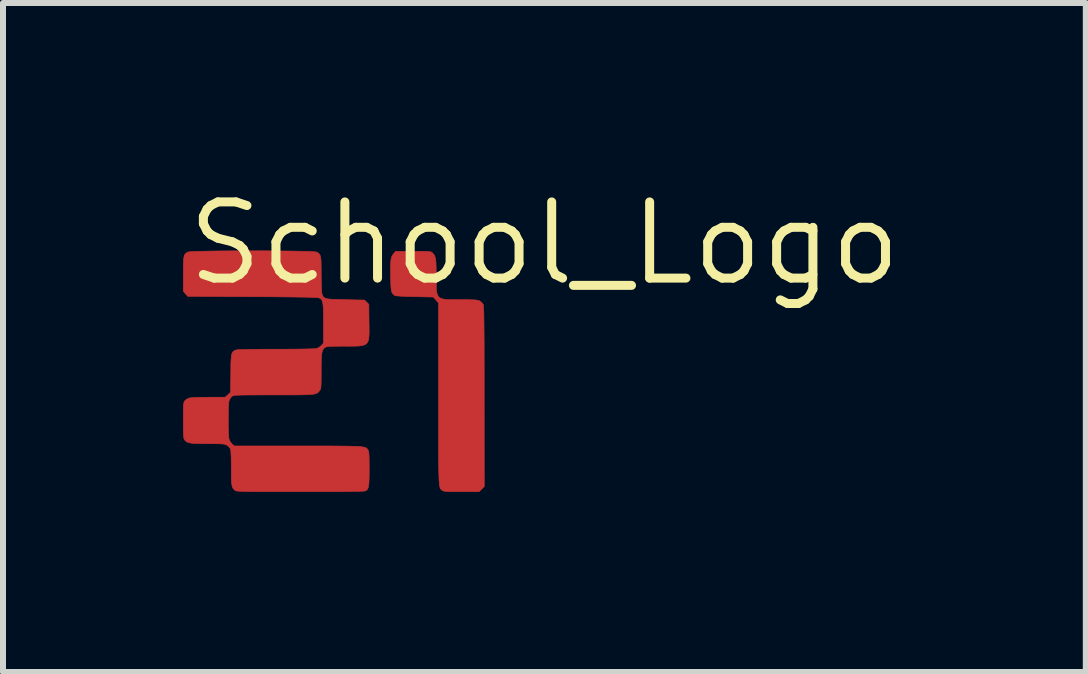
<source format=kicad_pcb>
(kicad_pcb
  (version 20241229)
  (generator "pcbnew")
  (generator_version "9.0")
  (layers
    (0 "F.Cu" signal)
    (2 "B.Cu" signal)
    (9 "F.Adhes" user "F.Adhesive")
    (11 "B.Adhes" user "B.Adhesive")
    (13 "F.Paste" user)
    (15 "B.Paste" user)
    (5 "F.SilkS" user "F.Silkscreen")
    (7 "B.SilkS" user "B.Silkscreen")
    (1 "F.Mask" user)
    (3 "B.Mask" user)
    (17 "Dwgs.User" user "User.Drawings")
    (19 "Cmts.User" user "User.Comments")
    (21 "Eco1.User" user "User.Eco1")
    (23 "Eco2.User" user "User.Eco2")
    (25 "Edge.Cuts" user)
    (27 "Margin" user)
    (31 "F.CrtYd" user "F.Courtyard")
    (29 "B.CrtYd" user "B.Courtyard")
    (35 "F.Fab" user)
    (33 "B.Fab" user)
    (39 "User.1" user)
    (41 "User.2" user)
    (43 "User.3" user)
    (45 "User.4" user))
  (footprint "School_Logo"
    (layer "F.Cu")
    (at 6.025 1.006)
    (property "Reference" "School_Logo" (at 0 0 0) (layer "F.SilkS") (effects (font (size 1.27 1.27) (thickness 0.15))))
    (attr through_hole)
    (fp_poly (pts (xy -2.093 0.133) (xy -2.022 0.134) (xy -1.969 0.135) (xy -1.931 0.137) (xy -1.906 0.14) (xy -1.888 0.145) (xy -1.876 0.152) (xy -1.865 0.161) (xy -1.862 0.164) (xy -1.844 0.184) (xy -1.83 0.207) (xy -1.82 0.238) (xy -1.812 0.279) (xy -1.807 0.334) (xy -1.805 0.406) (xy -1.804 0.498) (xy -1.803 0.556) (xy -1.803 0.662) (xy -1.802 0.746) (xy -1.796 0.811) (xy -1.783 0.86) (xy -1.761 0.895) (xy -1.727 0.917) (xy -1.678 0.931) (xy -1.613 0.938) (xy -1.527 0.94) (xy -1.42 0.94) (xy -1.394 0.94) (xy -1.301 0.94) (xy -1.23 0.941) (xy -1.178 0.942) (xy -1.14 0.945) (xy -1.113 0.949) (xy -1.094 0.954) (xy -1.079 0.961) (xy -1.074 0.965) (xy -1.043 0.99) (xy -1.021 1.018) (xy -1.02 1.018) (xy -1.018 1.028) (xy -1.016 1.046) (xy -1.014 1.075) (xy -1.012 1.116) (xy -1.01 1.17) (xy -1.009 1.238) (xy -1.008 1.322) (xy -1.007 1.422) (xy -1.006 1.54) (xy -1.005 1.676) (xy -1.005 1.833) (xy -1.004 2.011) (xy -1.004 2.211) (xy -1.004 2.435) (xy -1.004 2.551) (xy -1.003 4.054) (xy -1.09 4.14) (xy -1.38 4.14) (xy -1.476 4.14) (xy -1.55 4.139) (xy -1.604 4.138) (xy -1.644 4.135) (xy -1.671 4.131) (xy -1.689 4.126) (xy -1.7 4.119) (xy -1.71 4.113) (xy -1.719 4.107) (xy -1.726 4.099) (xy -1.733 4.089) (xy -1.739 4.076) (xy -1.744 4.057) (xy -1.749 4.032) (xy -1.752 3.998) (xy -1.756 3.956) (xy -1.758 3.903) (xy -1.76 3.838) (xy -1.762 3.759) (xy -1.763 3.667) (xy -1.764 3.558) (xy -1.765 3.431) (xy -1.765 3.286) (xy -1.765 3.121) (xy -1.765 2.935) (xy -1.765 2.726) (xy -1.765 2.504) (xy -1.765 0.995) (xy -1.808 0.945) (xy -1.851 0.895) (xy -2.161 0.889) (xy -2.248 0.887) (xy -2.327 0.884) (xy -2.395 0.881) (xy -2.448 0.877) (xy -2.481 0.874) (xy -2.492 0.872) (xy -2.514 0.854) (xy -2.536 0.828) (xy -2.544 0.812) (xy -2.551 0.791) (xy -2.555 0.761) (xy -2.559 0.717) (xy -2.561 0.656) (xy -2.563 0.575) (xy -2.563 0.561) (xy -2.565 0.458) (xy -2.565 0.378) (xy -2.562 0.316) (xy -2.557 0.269) (xy -2.549 0.233) (xy -2.538 0.206) (xy -2.522 0.183) (xy -2.515 0.174) (xy -2.479 0.133) (xy -2.186 0.133) (xy -2.093 0.133)) (stroke (width 0.01) (type solid)) (fill yes) (layer "F.Cu"))
    (fp_poly (pts (xy -4.699 0.125) (xy -4.558 0.126) (xy -4.422 0.127) (xy -4.293 0.128) (xy -4.174 0.13) (xy -4.067 0.132) (xy -3.974 0.134) (xy -3.899 0.137) (xy -3.842 0.14) (xy -3.807 0.144) (xy -3.797 0.146) (xy -3.774 0.159) (xy -3.756 0.173) (xy -3.743 0.191) (xy -3.733 0.217) (xy -3.727 0.253) (xy -3.723 0.304) (xy -3.722 0.372) (xy -3.721 0.46) (xy -3.721 0.508) (xy -3.72 0.595) (xy -3.719 0.676) (xy -3.716 0.746) (xy -3.713 0.8) (xy -3.709 0.835) (xy -3.708 0.841) (xy -3.699 0.868) (xy -3.689 0.888) (xy -3.673 0.904) (xy -3.649 0.916) (xy -3.614 0.925) (xy -3.565 0.931) (xy -3.499 0.935) (xy -3.414 0.938) (xy -3.312 0.94) (xy -2.998 0.946) (xy -2.963 0.981) (xy -2.927 1.017) (xy -2.924 1.308) (xy -2.922 1.419) (xy -2.922 1.507) (xy -2.927 1.576) (xy -2.938 1.628) (xy -2.959 1.665) (xy -2.992 1.69) (xy -3.039 1.704) (xy -3.103 1.712) (xy -3.186 1.714) (xy -3.291 1.715) (xy -3.337 1.714) (xy -3.432 1.715) (xy -3.506 1.716) (xy -3.561 1.717) (xy -3.6 1.72) (xy -3.627 1.724) (xy -3.645 1.729) (xy -3.656 1.735) (xy -3.676 1.751) (xy -3.691 1.77) (xy -3.702 1.796) (xy -3.71 1.832) (xy -3.716 1.881) (xy -3.719 1.945) (xy -3.721 2.029) (xy -3.721 2.131) (xy -3.721 2.225) (xy -3.722 2.297) (xy -3.723 2.35) (xy -3.725 2.388) (xy -3.729 2.414) (xy -3.734 2.432) (xy -3.74 2.446) (xy -3.749 2.457) (xy -3.761 2.472) (xy -3.773 2.485) (xy -3.787 2.495) (xy -3.806 2.504) (xy -3.832 2.511) (xy -3.866 2.516) (xy -3.91 2.52) (xy -3.968 2.523) (xy -4.04 2.525) (xy -4.129 2.526) (xy -4.238 2.527) (xy -4.367 2.527) (xy -4.519 2.527) (xy -4.665 2.527) (xy -4.788 2.527) (xy -4.89 2.528) (xy -4.973 2.528) (xy -5.039 2.529) (xy -5.09 2.531) (xy -5.129 2.532) (xy -5.158 2.535) (xy -5.178 2.538) (xy -5.192 2.542) (xy -5.202 2.546) (xy -5.21 2.552) (xy -5.211 2.553) (xy -5.237 2.583) (xy -5.256 2.622) (xy -5.257 2.626) (xy -5.262 2.656) (xy -5.265 2.706) (xy -5.268 2.771) (xy -5.269 2.848) (xy -5.27 2.93) (xy -5.27 3.013) (xy -5.269 3.092) (xy -5.266 3.163) (xy -5.263 3.219) (xy -5.259 3.257) (xy -5.257 3.266) (xy -5.238 3.307) (xy -5.209 3.343) (xy -5.206 3.346) (xy -5.167 3.378) (xy -4.107 3.378) (xy -3.913 3.378) (xy -3.743 3.378) (xy -3.595 3.378) (xy -3.467 3.379) (xy -3.358 3.38) (xy -3.267 3.381) (xy -3.191 3.383) (xy -3.129 3.385) (xy -3.08 3.388) (xy -3.041 3.392) (xy -3.012 3.397) (xy -2.99 3.402) (xy -2.974 3.409) (xy -2.963 3.417) (xy -2.954 3.426) (xy -2.946 3.437) (xy -2.942 3.443) (xy -2.935 3.456) (xy -2.93 3.475) (xy -2.926 3.504) (xy -2.923 3.545) (xy -2.922 3.603) (xy -2.921 3.679) (xy -2.921 3.756) (xy -2.921 3.859) (xy -2.923 3.94) (xy -2.926 4.001) (xy -2.932 4.046) (xy -2.94 4.079) (xy -2.952 4.101) (xy -2.968 4.117) (xy -2.984 4.127) (xy -3.002 4.13) (xy -3.045 4.132) (xy -3.114 4.134) (xy -3.207 4.136) (xy -3.326 4.138) (xy -3.47 4.139) (xy -3.638 4.14) (xy -3.831 4.14) (xy -4.049 4.14) (xy -4.067 4.14) (xy -4.257 4.14) (xy -4.424 4.14) (xy -4.568 4.14) (xy -4.692 4.139) (xy -4.797 4.139) (xy -4.885 4.138) (xy -4.957 4.137) (xy -5.014 4.135) (xy -5.059 4.134) (xy -5.094 4.132) (xy -5.119 4.129) (xy -5.136 4.127) (xy -5.147 4.124) (xy -5.153 4.12) (xy -5.174 4.105) (xy -5.189 4.086) (xy -5.201 4.063) (xy -5.209 4.031) (xy -5.215 3.986) (xy -5.218 3.927) (xy -5.219 3.848) (xy -5.22 3.748) (xy -5.22 3.741) (xy -5.22 3.644) (xy -5.222 3.561) (xy -5.225 3.495) (xy -5.229 3.449) (xy -5.233 3.426) (xy -5.233 3.426) (xy -5.252 3.4) (xy -5.283 3.372) (xy -5.288 3.368) (xy -5.303 3.359) (xy -5.318 3.352) (xy -5.339 3.347) (xy -5.368 3.344) (xy -5.408 3.342) (xy -5.465 3.34) (xy -5.54 3.34) (xy -5.601 3.34) (xy -5.707 3.339) (xy -5.791 3.337) (xy -5.856 3.334) (xy -5.904 3.328) (xy -5.94 3.319) (xy -5.966 3.306) (xy -5.986 3.29) (xy -5.994 3.281) (xy -6.002 3.269) (xy -6.008 3.255) (xy -6.013 3.235) (xy -6.016 3.206) (xy -6.018 3.165) (xy -6.019 3.108) (xy -6.02 3.032) (xy -6.02 2.953) (xy -6.02 2.858) (xy -6.019 2.786) (xy -6.018 2.732) (xy -6.016 2.693) (xy -6.012 2.666) (xy -6.007 2.648) (xy -6.001 2.634) (xy -5.994 2.625) (xy -5.964 2.599) (xy -5.925 2.58) (xy -5.921 2.579) (xy -5.894 2.575) (xy -5.847 2.571) (xy -5.783 2.568) (xy -5.707 2.567) (xy -5.624 2.566) (xy -5.597 2.565) (xy -5.321 2.565) (xy -5.276 2.524) (xy -5.231 2.483) (xy -5.228 2.172) (xy -5.227 2.067) (xy -5.226 1.984) (xy -5.222 1.921) (xy -5.217 1.874) (xy -5.21 1.84) (xy -5.199 1.817) (xy -5.184 1.8) (xy -5.165 1.788) (xy -5.149 1.78) (xy -5.132 1.776) (xy -5.097 1.773) (xy -5.044 1.771) (xy -4.971 1.769) (xy -4.877 1.767) (xy -4.761 1.766) (xy -4.621 1.765) (xy -4.479 1.765) (xy -4.326 1.765) (xy -4.189 1.764) (xy -4.071 1.763) (xy -3.971 1.761) (xy -3.892 1.759) (xy -3.835 1.756) (xy -3.801 1.753) (xy -3.795 1.752) (xy -3.755 1.733) (xy -3.719 1.704) (xy -3.716 1.7) (xy -3.683 1.662) (xy -3.683 1.332) (xy -3.683 1.223) (xy -3.684 1.136) (xy -3.687 1.068) (xy -3.691 1.017) (xy -3.698 0.98) (xy -3.707 0.954) (xy -3.719 0.935) (xy -3.735 0.921) (xy -3.75 0.912) (xy -3.76 0.909) (xy -3.781 0.906) (xy -3.814 0.903) (xy -3.86 0.901) (xy -3.921 0.899) (xy -3.998 0.897) (xy -4.092 0.896) (xy -4.205 0.894) (xy -4.338 0.893) (xy -4.493 0.891) (xy -4.67 0.89) (xy -4.862 0.889) (xy -5.946 0.883) (xy -5.983 0.841) (xy -6.02 0.8) (xy -6.02 0.514) (xy -6.02 0.414) (xy -6.018 0.336) (xy -6.015 0.276) (xy -6.01 0.233) (xy -6.002 0.202) (xy -5.99 0.18) (xy -5.973 0.164) (xy -5.952 0.15) (xy -5.942 0.145) (xy -5.923 0.142) (xy -5.88 0.138) (xy -5.816 0.135) (xy -5.734 0.133) (xy -5.636 0.131) (xy -5.525 0.129) (xy -5.402 0.127) (xy -5.27 0.126) (xy -5.131 0.125) (xy -4.988 0.125) (xy -4.844 0.125) (xy -4.699 0.125)) (stroke (width 0.01) (type solid)) (fill yes) (layer "F.Cu"))
    (fp_poly (pts (xy -2.093 0.133) (xy -2.022 0.134) (xy -1.969 0.135) (xy -1.931 0.137) (xy -1.906 0.14) (xy -1.888 0.145) (xy -1.876 0.152) (xy -1.865 0.161) (xy -1.862 0.164) (xy -1.844 0.184) (xy -1.83 0.207) (xy -1.82 0.238) (xy -1.812 0.279) (xy -1.807 0.334) (xy -1.805 0.406) (xy -1.804 0.498) (xy -1.803 0.556) (xy -1.803 0.662) (xy -1.802 0.746) (xy -1.796 0.811) (xy -1.783 0.86) (xy -1.761 0.895) (xy -1.727 0.917) (xy -1.678 0.931) (xy -1.613 0.938) (xy -1.527 0.94) (xy -1.42 0.94) (xy -1.394 0.94) (xy -1.301 0.94) (xy -1.23 0.941) (xy -1.178 0.942) (xy -1.14 0.945) (xy -1.113 0.949) (xy -1.094 0.954) (xy -1.079 0.961) (xy -1.074 0.965) (xy -1.043 0.99) (xy -1.021 1.018) (xy -1.02 1.018) (xy -1.018 1.028) (xy -1.016 1.046) (xy -1.014 1.075) (xy -1.012 1.116) (xy -1.01 1.17) (xy -1.009 1.238) (xy -1.008 1.322) (xy -1.007 1.422) (xy -1.006 1.54) (xy -1.005 1.676) (xy -1.005 1.833) (xy -1.004 2.011) (xy -1.004 2.211) (xy -1.004 2.435) (xy -1.004 2.551) (xy -1.003 4.054) (xy -1.09 4.14) (xy -1.38 4.14) (xy -1.476 4.14) (xy -1.55 4.139) (xy -1.604 4.138) (xy -1.644 4.135) (xy -1.671 4.131) (xy -1.689 4.126) (xy -1.7 4.119) (xy -1.71 4.113) (xy -1.719 4.107) (xy -1.726 4.099) (xy -1.733 4.089) (xy -1.739 4.076) (xy -1.744 4.057) (xy -1.749 4.032) (xy -1.752 3.998) (xy -1.756 3.956) (xy -1.758 3.903) (xy -1.76 3.838) (xy -1.762 3.759) (xy -1.763 3.667) (xy -1.764 3.558) (xy -1.765 3.431) (xy -1.765 3.286) (xy -1.765 3.121) (xy -1.765 2.935) (xy -1.765 2.726) (xy -1.765 2.504) (xy -1.765 0.995) (xy -1.808 0.945) (xy -1.851 0.895) (xy -2.161 0.889) (xy -2.248 0.887) (xy -2.327 0.884) (xy -2.395 0.881) (xy -2.448 0.877) (xy -2.481 0.874) (xy -2.492 0.872) (xy -2.514 0.854) (xy -2.536 0.828) (xy -2.544 0.812) (xy -2.551 0.791) (xy -2.555 0.761) (xy -2.559 0.717) (xy -2.561 0.656) (xy -2.563 0.575) (xy -2.563 0.561) (xy -2.565 0.458) (xy -2.565 0.378) (xy -2.562 0.316) (xy -2.557 0.269) (xy -2.549 0.233) (xy -2.538 0.206) (xy -2.522 0.183) (xy -2.515 0.174) (xy -2.479 0.133) (xy -2.186 0.133) (xy -2.093 0.133)) (stroke (width 0.01) (type solid)) (fill yes) (layer "F.Mask"))
    (fp_poly (pts (xy -4.699 0.125) (xy -4.558 0.126) (xy -4.422 0.127) (xy -4.293 0.128) (xy -4.174 0.13) (xy -4.067 0.132) (xy -3.974 0.134) (xy -3.899 0.137) (xy -3.842 0.14) (xy -3.807 0.144) (xy -3.797 0.146) (xy -3.774 0.159) (xy -3.756 0.173) (xy -3.743 0.191) (xy -3.733 0.217) (xy -3.727 0.253) (xy -3.723 0.304) (xy -3.722 0.372) (xy -3.721 0.46) (xy -3.721 0.508) (xy -3.72 0.595) (xy -3.719 0.676) (xy -3.716 0.746) (xy -3.713 0.8) (xy -3.709 0.835) (xy -3.708 0.841) (xy -3.699 0.868) (xy -3.689 0.888) (xy -3.673 0.904) (xy -3.649 0.916) (xy -3.614 0.925) (xy -3.565 0.931) (xy -3.499 0.935) (xy -3.414 0.938) (xy -3.312 0.94) (xy -2.998 0.946) (xy -2.963 0.981) (xy -2.927 1.017) (xy -2.924 1.308) (xy -2.922 1.419) (xy -2.922 1.507) (xy -2.927 1.576) (xy -2.938 1.628) (xy -2.959 1.665) (xy -2.992 1.69) (xy -3.039 1.704) (xy -3.103 1.712) (xy -3.186 1.714) (xy -3.291 1.715) (xy -3.337 1.714) (xy -3.432 1.715) (xy -3.506 1.716) (xy -3.561 1.717) (xy -3.6 1.72) (xy -3.627 1.724) (xy -3.645 1.729) (xy -3.656 1.735) (xy -3.676 1.751) (xy -3.691 1.77) (xy -3.702 1.796) (xy -3.71 1.832) (xy -3.716 1.881) (xy -3.719 1.945) (xy -3.721 2.029) (xy -3.721 2.131) (xy -3.721 2.225) (xy -3.722 2.297) (xy -3.723 2.35) (xy -3.725 2.388) (xy -3.729 2.414) (xy -3.734 2.432) (xy -3.74 2.446) (xy -3.749 2.457) (xy -3.761 2.472) (xy -3.773 2.485) (xy -3.787 2.495) (xy -3.806 2.504) (xy -3.832 2.511) (xy -3.866 2.516) (xy -3.91 2.52) (xy -3.968 2.523) (xy -4.04 2.525) (xy -4.129 2.526) (xy -4.238 2.527) (xy -4.367 2.527) (xy -4.519 2.527) (xy -4.665 2.527) (xy -4.788 2.527) (xy -4.89 2.528) (xy -4.973 2.528) (xy -5.039 2.529) (xy -5.09 2.531) (xy -5.129 2.532) (xy -5.158 2.535) (xy -5.178 2.538) (xy -5.192 2.542) (xy -5.202 2.546) (xy -5.21 2.552) (xy -5.211 2.553) (xy -5.237 2.583) (xy -5.256 2.622) (xy -5.257 2.626) (xy -5.262 2.656) (xy -5.265 2.706) (xy -5.268 2.771) (xy -5.269 2.848) (xy -5.27 2.93) (xy -5.27 3.013) (xy -5.269 3.092) (xy -5.266 3.163) (xy -5.263 3.219) (xy -5.259 3.257) (xy -5.257 3.266) (xy -5.238 3.307) (xy -5.209 3.343) (xy -5.206 3.346) (xy -5.167 3.378) (xy -4.107 3.378) (xy -3.913 3.378) (xy -3.743 3.378) (xy -3.595 3.378) (xy -3.467 3.379) (xy -3.358 3.38) (xy -3.267 3.381) (xy -3.191 3.383) (xy -3.129 3.385) (xy -3.08 3.388) (xy -3.041 3.392) (xy -3.012 3.397) (xy -2.99 3.402) (xy -2.974 3.409) (xy -2.963 3.417) (xy -2.954 3.426) (xy -2.946 3.437) (xy -2.942 3.443) (xy -2.935 3.456) (xy -2.93 3.475) (xy -2.926 3.504) (xy -2.923 3.545) (xy -2.922 3.603) (xy -2.921 3.679) (xy -2.921 3.756) (xy -2.921 3.859) (xy -2.923 3.94) (xy -2.926 4.001) (xy -2.932 4.046) (xy -2.94 4.079) (xy -2.952 4.101) (xy -2.968 4.117) (xy -2.984 4.127) (xy -3.002 4.13) (xy -3.045 4.132) (xy -3.114 4.134) (xy -3.207 4.136) (xy -3.326 4.138) (xy -3.47 4.139) (xy -3.638 4.14) (xy -3.831 4.14) (xy -4.049 4.14) (xy -4.067 4.14) (xy -4.257 4.14) (xy -4.424 4.14) (xy -4.568 4.14) (xy -4.692 4.139) (xy -4.797 4.139) (xy -4.885 4.138) (xy -4.957 4.137) (xy -5.014 4.135) (xy -5.059 4.134) (xy -5.094 4.132) (xy -5.119 4.129) (xy -5.136 4.127) (xy -5.147 4.124) (xy -5.153 4.12) (xy -5.174 4.105) (xy -5.189 4.086) (xy -5.201 4.063) (xy -5.209 4.031) (xy -5.215 3.986) (xy -5.218 3.927) (xy -5.219 3.848) (xy -5.22 3.748) (xy -5.22 3.741) (xy -5.22 3.644) (xy -5.222 3.561) (xy -5.225 3.495) (xy -5.229 3.449) (xy -5.233 3.426) (xy -5.233 3.426) (xy -5.252 3.4) (xy -5.283 3.372) (xy -5.288 3.368) (xy -5.303 3.359) (xy -5.318 3.352) (xy -5.339 3.347) (xy -5.368 3.344) (xy -5.408 3.342) (xy -5.465 3.34) (xy -5.54 3.34) (xy -5.601 3.34) (xy -5.707 3.339) (xy -5.791 3.337) (xy -5.856 3.334) (xy -5.904 3.328) (xy -5.94 3.319) (xy -5.966 3.306) (xy -5.986 3.29) (xy -5.994 3.281) (xy -6.002 3.269) (xy -6.008 3.255) (xy -6.013 3.235) (xy -6.016 3.206) (xy -6.018 3.165) (xy -6.019 3.108) (xy -6.02 3.032) (xy -6.02 2.953) (xy -6.02 2.858) (xy -6.019 2.786) (xy -6.018 2.732) (xy -6.016 2.693) (xy -6.012 2.666) (xy -6.007 2.648) (xy -6.001 2.634) (xy -5.994 2.625) (xy -5.964 2.599) (xy -5.925 2.58) (xy -5.921 2.579) (xy -5.894 2.575) (xy -5.847 2.571) (xy -5.783 2.568) (xy -5.707 2.567) (xy -5.624 2.566) (xy -5.597 2.565) (xy -5.321 2.565) (xy -5.276 2.524) (xy -5.231 2.483) (xy -5.228 2.172) (xy -5.227 2.067) (xy -5.226 1.984) (xy -5.222 1.921) (xy -5.217 1.874) (xy -5.21 1.84) (xy -5.199 1.817) (xy -5.184 1.8) (xy -5.165 1.788) (xy -5.149 1.78) (xy -5.132 1.776) (xy -5.097 1.773) (xy -5.044 1.771) (xy -4.971 1.769) (xy -4.877 1.767) (xy -4.761 1.766) (xy -4.621 1.765) (xy -4.479 1.765) (xy -4.326 1.765) (xy -4.189 1.764) (xy -4.071 1.763) (xy -3.971 1.761) (xy -3.892 1.759) (xy -3.835 1.756) (xy -3.801 1.753) (xy -3.795 1.752) (xy -3.755 1.733) (xy -3.719 1.704) (xy -3.716 1.7) (xy -3.683 1.662) (xy -3.683 1.332) (xy -3.683 1.223) (xy -3.684 1.136) (xy -3.687 1.068) (xy -3.691 1.017) (xy -3.698 0.98) (xy -3.707 0.954) (xy -3.719 0.935) (xy -3.735 0.921) (xy -3.75 0.912) (xy -3.76 0.909) (xy -3.781 0.906) (xy -3.814 0.903) (xy -3.86 0.901) (xy -3.921 0.899) (xy -3.998 0.897) (xy -4.092 0.896) (xy -4.205 0.894) (xy -4.338 0.893) (xy -4.493 0.891) (xy -4.67 0.89) (xy -4.862 0.889) (xy -5.946 0.883) (xy -5.983 0.841) (xy -6.02 0.8) (xy -6.02 0.514) (xy -6.02 0.414) (xy -6.018 0.336) (xy -6.015 0.276) (xy -6.01 0.233) (xy -6.002 0.202) (xy -5.99 0.18) (xy -5.973 0.164) (xy -5.952 0.15) (xy -5.942 0.145) (xy -5.923 0.142) (xy -5.88 0.138) (xy -5.816 0.135) (xy -5.734 0.133) (xy -5.636 0.131) (xy -5.525 0.129) (xy -5.402 0.127) (xy -5.27 0.126) (xy -5.131 0.125) (xy -4.988 0.125) (xy -4.844 0.125) (xy -4.699 0.125)) (stroke (width 0.01) (type solid)) (fill yes) (layer "F.Mask")))
  (gr_rect
    (start -3 -3)
    (end 15.049 8.151)
    (stroke (width 0.1) (type default))
    (fill no)
    (layer "Edge.Cuts")))
</source>
